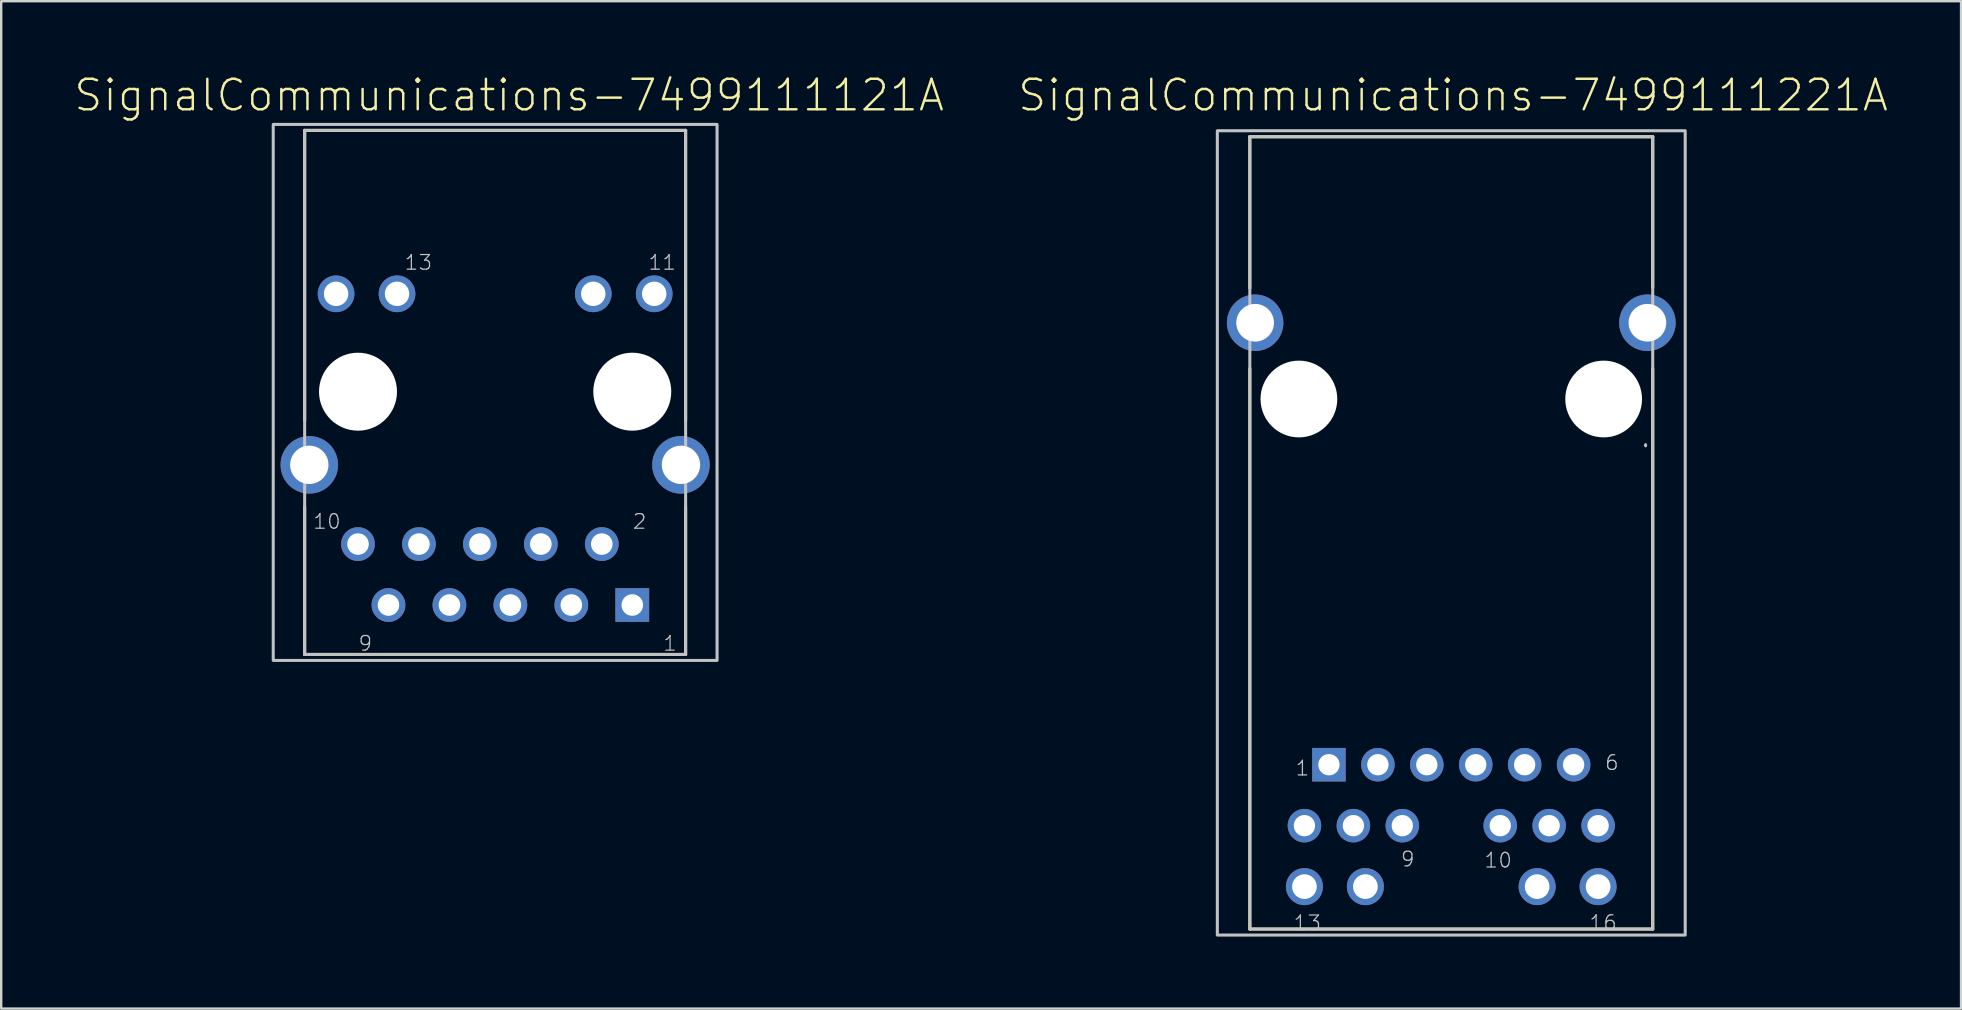
<source format=kicad_pcb>
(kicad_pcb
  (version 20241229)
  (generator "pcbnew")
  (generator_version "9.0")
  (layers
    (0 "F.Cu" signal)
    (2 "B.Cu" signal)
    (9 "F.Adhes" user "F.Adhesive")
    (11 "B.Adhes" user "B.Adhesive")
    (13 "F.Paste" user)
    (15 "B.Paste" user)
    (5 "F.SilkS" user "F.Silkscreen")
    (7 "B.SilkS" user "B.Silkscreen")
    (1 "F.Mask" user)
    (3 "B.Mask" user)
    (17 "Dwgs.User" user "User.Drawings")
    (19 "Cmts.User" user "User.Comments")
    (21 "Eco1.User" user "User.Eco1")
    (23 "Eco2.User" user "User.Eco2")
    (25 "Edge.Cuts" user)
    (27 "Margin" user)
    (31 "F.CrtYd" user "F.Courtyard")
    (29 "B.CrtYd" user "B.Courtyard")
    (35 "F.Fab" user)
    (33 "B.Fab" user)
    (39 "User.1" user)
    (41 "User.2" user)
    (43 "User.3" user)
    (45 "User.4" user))
  (footprint "SignalCommunications-7499111121A"
    (layer "F.Cu")
    (at 17.584 13.273)
    (property "Reference" "SignalCommunications-7499111121A" (at 0.584 -12.352 0) (layer "F.SilkS") (effects (font (size 1.27 1.27) (thickness 0.102))))
    (attr exclude_from_pos_files exclude_from_bom)
    (fp_line (start -7.938 1.199) (end -7.938 -10.889) (stroke (width 0.127) (type solid)) (layer "F.SilkS"))
    (fp_line (start -7.938 4.798) (end -7.938 10.95) (stroke (width 0.127) (type solid)) (layer "F.SilkS"))
    (fp_line (start -7.938 10.95) (end 7.938 10.95) (stroke (width 0.127) (type solid)) (layer "F.SilkS"))
    (fp_line (start 7.938 -10.889) (end -7.938 -10.889) (stroke (width 0.127) (type solid)) (layer "F.SilkS"))
    (fp_line (start 7.938 -10.889) (end 7.938 1.199) (stroke (width 0.127) (type solid)) (layer "F.SilkS"))
    (fp_line (start 7.938 4.798) (end 7.938 10.95) (stroke (width 0.127) (type solid)) (layer "F.SilkS"))
    (fp_line (start -7.938 -10.889) (end -7.938 10.95) (stroke (width 0.127) (type solid)) (layer "Dwgs.User"))
    (fp_line (start -7.938 10.95) (end 7.938 10.95) (stroke (width 0.127) (type solid)) (layer "Dwgs.User"))
    (fp_line (start 7.938 -10.889) (end -7.938 -10.889) (stroke (width 0.127) (type solid)) (layer "Dwgs.User"))
    (fp_line (start 7.938 10.95) (end 7.938 -10.889) (stroke (width 0.127) (type solid)) (layer "Dwgs.User"))
    (fp_poly (pts (xy -9.248 -11.138) (xy 9.248 -11.138) (xy 9.248 11.199) (xy -9.248 11.199) (xy -9.248 -11.138)) (stroke (width 0.127) (type solid)) (fill no) (layer "Dwgs.User"))
    (fp_text user "9" (at -5.41 10.49 0) (layer "Dwgs.User") (effects (font (size 0.61 0.61) (thickness 0.051))))
    (fp_text user "2" (at 6.02 5.41 0) (layer "Dwgs.User") (effects (font (size 0.61 0.61) (thickness 0.051))))
    (fp_text user "1" (at 7.29 10.49 0) (layer "Dwgs.User") (effects (font (size 0.61 0.61) (thickness 0.051))))
    (fp_text user "13" (at -3.2 -5.385 0) (layer "Dwgs.User") (effects (font (size 0.61 0.61) (thickness 0.051))))
    (fp_text user "11" (at 6.96 -5.385 0) (layer "Dwgs.User") (effects (font (size 0.61 0.61) (thickness 0.051))))
    (fp_text user "10" (at -7.01 5.41 0) (layer "Dwgs.User") (effects (font (size 0.61 0.61) (thickness 0.051))))
    (pad "" np_thru_hole circle (at -5.715 0) (size 3.249 3.249) (drill 3.249) (layers "*.Cu" "*.Mask"))
    (pad "" np_thru_hole circle (at 5.715 0) (size 3.249 3.249) (drill 3.249) (layers "*.Cu" "*.Mask"))
    (pad "1" thru_hole rect (at 5.715 8.89) (size 1.407 1.407) (drill 0.899) (layers "*.Cu" "*.Paste" "*.Mask"))
    (pad "2" thru_hole circle (at 4.445 6.35) (size 1.407 1.407) (drill 0.899) (layers "*.Cu" "*.Paste" "*.Mask"))
    (pad "3" thru_hole circle (at 3.175 8.89) (size 1.407 1.407) (drill 0.899) (layers "*.Cu" "*.Paste" "*.Mask"))
    (pad "4" thru_hole circle (at 1.905 6.35) (size 1.407 1.407) (drill 0.899) (layers "*.Cu" "*.Paste" "*.Mask"))
    (pad "5" thru_hole circle (at 0.635 8.89) (size 1.407 1.407) (drill 0.899) (layers "*.Cu" "*.Paste" "*.Mask"))
    (pad "6" thru_hole circle (at -0.635 6.35) (size 1.407 1.407) (drill 0.899) (layers "*.Cu" "*.Paste" "*.Mask"))
    (pad "7" thru_hole circle (at -1.905 8.89) (size 1.407 1.407) (drill 0.899) (layers "*.Cu" "*.Paste" "*.Mask"))
    (pad "8" thru_hole circle (at -3.175 6.35) (size 1.407 1.407) (drill 0.899) (layers "*.Cu" "*.Paste" "*.Mask"))
    (pad "9" thru_hole circle (at -4.445 8.89) (size 1.407 1.407) (drill 0.899) (layers "*.Cu" "*.Paste" "*.Mask"))
    (pad "10" thru_hole circle (at -5.715 6.35) (size 1.407 1.407) (drill 0.899) (layers "*.Cu" "*.Paste" "*.Mask"))
    (pad "11" thru_hole circle (at 6.629 -4.079) (size 1.529 1.529) (drill 1.019) (layers "*.Cu" "*.Paste" "*.Mask"))
    (pad "12" thru_hole circle (at 4.089 -4.079) (size 1.529 1.529) (drill 1.019) (layers "*.Cu" "*.Paste" "*.Mask"))
    (pad "13" thru_hole circle (at -4.089 -4.079) (size 1.529 1.529) (drill 1.019) (layers "*.Cu" "*.Paste" "*.Mask"))
    (pad "14" thru_hole circle (at -6.629 -4.079) (size 1.529 1.529) (drill 1.019) (layers "*.Cu" "*.Paste" "*.Mask"))
    (pad "Z1" thru_hole circle (at -7.744 3.048) (size 2.398 2.398) (drill 1.598) (layers "*.Cu" "*.Paste" "*.Mask"))
    (pad "Z2" thru_hole circle (at 7.744 3.048) (size 2.398 2.398) (drill 1.598) (layers "*.Cu" "*.Paste" "*.Mask")))
  (footprint "SignalCommunications-7499111221A"
    (layer "F.Cu")
    (at 57.429 13.578)
    (property "Reference" "SignalCommunications-7499111221A" (at 0.076 -12.657 0) (layer "F.SilkS") (effects (font (size 1.27 1.27) (thickness 0.102))))
    (attr exclude_from_pos_files exclude_from_bom)
    (fp_line (start -8.395 -10.93) (end 8.395 -10.93) (stroke (width 0.127) (type solid)) (layer "F.SilkS"))
    (fp_line (start -8.395 -4.618) (end -8.395 -10.93) (stroke (width 0.127) (type solid)) (layer "F.SilkS"))
    (fp_line (start -8.395 -1.27) (end -8.395 22.088) (stroke (width 0.127) (type solid)) (layer "F.SilkS"))
    (fp_line (start 8.395 -10.93) (end 8.395 -4.658) (stroke (width 0.127) (type solid)) (layer "F.SilkS"))
    (fp_line (start 8.395 -1.27) (end 8.395 22.088) (stroke (width 0.127) (type solid)) (layer "F.SilkS"))
    (fp_line (start 8.395 22.088) (end -8.395 22.088) (stroke (width 0.127) (type solid)) (layer "F.SilkS"))
    (fp_line (start -8.395 -10.93) (end -8.395 22.088) (stroke (width 0.127) (type solid)) (layer "Dwgs.User"))
    (fp_line (start -8.395 22.088) (end 8.395 22.088) (stroke (width 0.127) (type solid)) (layer "Dwgs.User"))
    (fp_line (start 8.098 1.948) (end 8.098 1.905) (stroke (width 0.127) (type solid)) (layer "Dwgs.User"))
    (fp_line (start 8.395 -10.93) (end -8.395 -10.93) (stroke (width 0.127) (type solid)) (layer "Dwgs.User"))
    (fp_line (start 8.395 22.088) (end 8.395 -10.93) (stroke (width 0.127) (type solid)) (layer "Dwgs.User"))
    (fp_poly (pts (xy -9.749 -11.179) (xy 9.749 -11.179) (xy 9.749 22.339) (xy -9.749 22.339) (xy -9.749 -11.179)) (stroke (width 0.127) (type solid)) (fill no) (layer "Dwgs.User"))
    (fp_text user "16" (at 6.327 21.824 0) (layer "Dwgs.User") (effects (font (size 0.61 0.61) (thickness 0.051))))
    (fp_text user "10" (at 1.953 19.223 0) (layer "Dwgs.User") (effects (font (size 0.61 0.61) (thickness 0.051))))
    (fp_text user "1" (at -6.203 15.385 0) (layer "Dwgs.User") (effects (font (size 0.61 0.61) (thickness 0.051))))
    (fp_text user "13" (at -5.999 21.834 0) (layer "Dwgs.User") (effects (font (size 0.61 0.61) (thickness 0.051))))
    (fp_text user "9" (at -1.814 19.174 0) (layer "Dwgs.User") (effects (font (size 0.61 0.61) (thickness 0.051))))
    (fp_text user "6" (at 6.693 15.154 0) (layer "Dwgs.User") (effects (font (size 0.61 0.61) (thickness 0.051))))
    (pad "" np_thru_hole circle (at -6.35 0) (size 3.198 3.198) (drill 3.198) (layers "*.Cu" "*.Mask"))
    (pad "" np_thru_hole circle (at 6.35 0) (size 3.198 3.198) (drill 3.198) (layers "*.Cu" "*.Mask"))
    (pad "1" thru_hole rect (at -5.098 15.24) (size 1.397 1.397) (drill 0.889) (layers "*.Cu" "*.Paste" "*.Mask"))
    (pad "2" thru_hole circle (at -3.058 15.24) (size 1.397 1.397) (drill 0.889) (layers "*.Cu" "*.Paste" "*.Mask"))
    (pad "3" thru_hole circle (at -1.019 15.24) (size 1.397 1.397) (drill 0.889) (layers "*.Cu" "*.Paste" "*.Mask"))
    (pad "4" thru_hole circle (at 1.019 15.24) (size 1.397 1.397) (drill 0.889) (layers "*.Cu" "*.Paste" "*.Mask"))
    (pad "5" thru_hole circle (at 3.058 15.24) (size 1.397 1.397) (drill 0.889) (layers "*.Cu" "*.Paste" "*.Mask"))
    (pad "6" thru_hole circle (at 5.098 15.24) (size 1.397 1.397) (drill 0.889) (layers "*.Cu" "*.Paste" "*.Mask"))
    (pad "7" thru_hole circle (at -6.119 17.78) (size 1.397 1.397) (drill 0.889) (layers "*.Cu" "*.Paste" "*.Mask"))
    (pad "8" thru_hole circle (at -4.079 17.78) (size 1.397 1.397) (drill 0.889) (layers "*.Cu" "*.Paste" "*.Mask"))
    (pad "9" thru_hole circle (at -2.04 17.78) (size 1.397 1.397) (drill 0.889) (layers "*.Cu" "*.Paste" "*.Mask"))
    (pad "10" thru_hole circle (at 2.04 17.78) (size 1.397 1.397) (drill 0.889) (layers "*.Cu" "*.Paste" "*.Mask"))
    (pad "11" thru_hole circle (at 4.079 17.78) (size 1.397 1.397) (drill 0.889) (layers "*.Cu" "*.Paste" "*.Mask"))
    (pad "12" thru_hole circle (at 6.119 17.78) (size 1.397 1.397) (drill 0.889) (layers "*.Cu" "*.Paste" "*.Mask"))
    (pad "13" thru_hole circle (at -6.119 20.32) (size 1.544 1.544) (drill 1.029) (layers "*.Cu" "*.Paste" "*.Mask"))
    (pad "14" thru_hole circle (at -3.579 20.32) (size 1.544 1.544) (drill 1.029) (layers "*.Cu" "*.Paste" "*.Mask"))
    (pad "15" thru_hole circle (at 3.579 20.32) (size 1.544 1.544) (drill 1.029) (layers "*.Cu" "*.Paste" "*.Mask"))
    (pad "16" thru_hole circle (at 6.119 20.32) (size 1.544 1.544) (drill 1.029) (layers "*.Cu" "*.Paste" "*.Mask"))
    (pad "Z1" thru_hole circle (at -8.174 -3.178) (size 2.355 2.355) (drill 1.57) (layers "*.Cu" "*.Paste" "*.Mask"))
    (pad "Z2" thru_hole circle (at 8.174 -3.178) (size 2.355 2.355) (drill 1.57) (layers "*.Cu" "*.Paste" "*.Mask")))
  (gr_rect
    (start -3 -3)
    (end 78.673 38.981)
    (stroke (width 0.1) (type default))
    (fill no)
    (layer "Edge.Cuts")))
</source>
